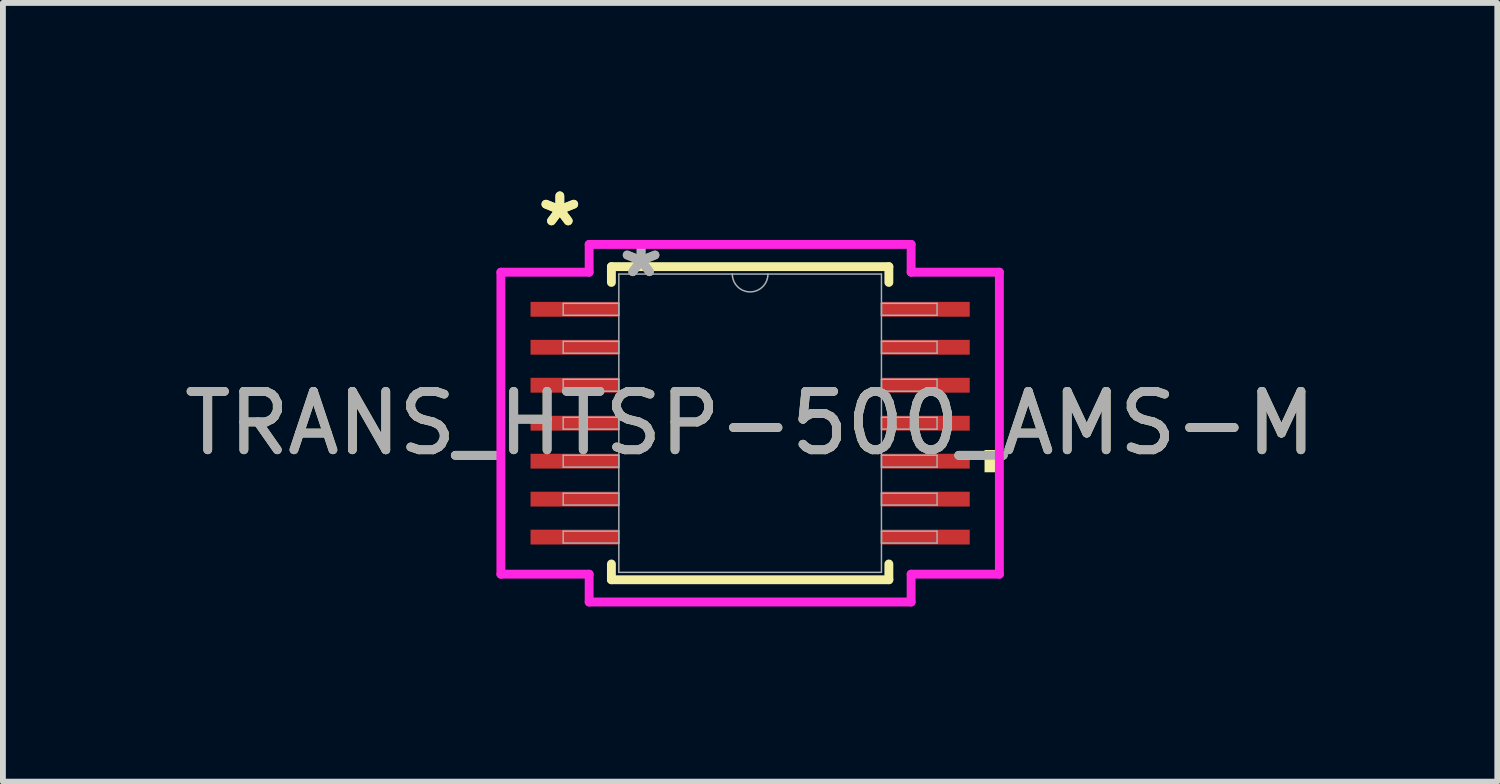
<source format=kicad_pcb>
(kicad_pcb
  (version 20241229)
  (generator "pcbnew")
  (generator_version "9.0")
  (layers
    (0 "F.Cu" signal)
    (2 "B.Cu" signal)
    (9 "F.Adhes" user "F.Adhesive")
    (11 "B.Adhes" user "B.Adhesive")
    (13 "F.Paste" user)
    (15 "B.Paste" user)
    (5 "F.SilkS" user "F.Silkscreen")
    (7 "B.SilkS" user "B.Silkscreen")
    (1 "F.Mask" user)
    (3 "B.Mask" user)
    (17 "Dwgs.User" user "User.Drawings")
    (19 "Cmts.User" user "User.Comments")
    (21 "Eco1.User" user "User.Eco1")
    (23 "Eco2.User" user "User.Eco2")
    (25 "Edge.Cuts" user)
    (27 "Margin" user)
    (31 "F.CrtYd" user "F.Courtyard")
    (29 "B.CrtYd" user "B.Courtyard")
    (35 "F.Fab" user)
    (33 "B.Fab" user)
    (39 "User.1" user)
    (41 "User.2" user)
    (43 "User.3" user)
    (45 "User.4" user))
  (footprint "TRANS_HTSP-500_AMS-M"
    (layer "F.Cu")
    (at 9.792 4.195)
    (property "Reference" "TRANS_HTSP-500_AMS-M" (at 0 0 0) (unlocked yes) (layer "F.SilkS") (effects (font (size 1 1) (thickness 0.15))))
    (attr smd)
    (fp_line (start -2.375 -2.68) (end -2.375 -2.41) (stroke (width 0.152) (type solid)) (layer "F.SilkS"))
    (fp_line (start -2.375 2.41) (end -2.375 2.68) (stroke (width 0.152) (type solid)) (layer "F.SilkS"))
    (fp_line (start -2.375 2.68) (end 2.375 2.68) (stroke (width 0.152) (type solid)) (layer "F.SilkS"))
    (fp_line (start 2.375 -2.68) (end -2.375 -2.68) (stroke (width 0.152) (type solid)) (layer "F.SilkS"))
    (fp_line (start 2.375 -2.41) (end 2.375 -2.68) (stroke (width 0.152) (type solid)) (layer "F.SilkS"))
    (fp_line (start 2.375 2.68) (end 2.375 2.41) (stroke (width 0.152) (type solid)) (layer "F.SilkS"))
    (fp_poly (pts (xy 4.267 0.459) (xy 4.267 0.84) (xy 4.013 0.84) (xy 4.013 0.459)) (stroke (width 0) (type solid)) (fill yes) (layer "F.SilkS"))
    (fp_line (start -4.267 -2.585) (end -2.756 -2.585) (stroke (width 0.152) (type solid)) (layer "F.CrtYd"))
    (fp_line (start -4.267 2.585) (end -4.267 -2.585) (stroke (width 0.152) (type solid)) (layer "F.CrtYd"))
    (fp_line (start -4.267 2.585) (end -2.756 2.585) (stroke (width 0.152) (type solid)) (layer "F.CrtYd"))
    (fp_line (start -2.756 -3.061) (end 2.756 -3.061) (stroke (width 0.152) (type solid)) (layer "F.CrtYd"))
    (fp_line (start -2.756 -2.585) (end -2.756 -3.061) (stroke (width 0.152) (type solid)) (layer "F.CrtYd"))
    (fp_line (start -2.756 3.061) (end -2.756 2.585) (stroke (width 0.152) (type solid)) (layer "F.CrtYd"))
    (fp_line (start 2.756 -3.061) (end 2.756 -2.585) (stroke (width 0.152) (type solid)) (layer "F.CrtYd"))
    (fp_line (start 2.756 2.585) (end 2.756 3.061) (stroke (width 0.152) (type solid)) (layer "F.CrtYd"))
    (fp_line (start 2.756 3.061) (end -2.756 3.061) (stroke (width 0.152) (type solid)) (layer "F.CrtYd"))
    (fp_line (start 4.267 -2.585) (end 2.756 -2.585) (stroke (width 0.152) (type solid)) (layer "F.CrtYd"))
    (fp_line (start 4.267 -2.585) (end 4.267 2.585) (stroke (width 0.152) (type solid)) (layer "F.CrtYd"))
    (fp_line (start 4.267 2.585) (end 2.756 2.585) (stroke (width 0.152) (type solid)) (layer "F.CrtYd"))
    (fp_line (start -3.2 -2.052) (end -3.2 -1.848) (stroke (width 0.025) (type solid)) (layer "F.Fab"))
    (fp_line (start -3.2 -1.848) (end -2.248 -1.848) (stroke (width 0.025) (type solid)) (layer "F.Fab"))
    (fp_line (start -3.2 -1.402) (end -3.2 -1.198) (stroke (width 0.025) (type solid)) (layer "F.Fab"))
    (fp_line (start -3.2 -1.198) (end -2.248 -1.198) (stroke (width 0.025) (type solid)) (layer "F.Fab"))
    (fp_line (start -3.2 -0.752) (end -3.2 -0.548) (stroke (width 0.025) (type solid)) (layer "F.Fab"))
    (fp_line (start -3.2 -0.548) (end -2.248 -0.548) (stroke (width 0.025) (type solid)) (layer "F.Fab"))
    (fp_line (start -3.2 -0.102) (end -3.2 0.102) (stroke (width 0.025) (type solid)) (layer "F.Fab"))
    (fp_line (start -3.2 0.102) (end -2.248 0.102) (stroke (width 0.025) (type solid)) (layer "F.Fab"))
    (fp_line (start -3.2 0.548) (end -3.2 0.752) (stroke (width 0.025) (type solid)) (layer "F.Fab"))
    (fp_line (start -3.2 0.752) (end -2.248 0.752) (stroke (width 0.025) (type solid)) (layer "F.Fab"))
    (fp_line (start -3.2 1.198) (end -3.2 1.402) (stroke (width 0.025) (type solid)) (layer "F.Fab"))
    (fp_line (start -3.2 1.402) (end -2.248 1.402) (stroke (width 0.025) (type solid)) (layer "F.Fab"))
    (fp_line (start -3.2 1.848) (end -3.2 2.052) (stroke (width 0.025) (type solid)) (layer "F.Fab"))
    (fp_line (start -3.2 2.052) (end -2.248 2.052) (stroke (width 0.025) (type solid)) (layer "F.Fab"))
    (fp_line (start -2.248 -2.553) (end -2.248 2.553) (stroke (width 0.025) (type solid)) (layer "F.Fab"))
    (fp_line (start -2.248 -2.052) (end -3.2 -2.052) (stroke (width 0.025) (type solid)) (layer "F.Fab"))
    (fp_line (start -2.248 -1.848) (end -2.248 -2.052) (stroke (width 0.025) (type solid)) (layer "F.Fab"))
    (fp_line (start -2.248 -1.402) (end -3.2 -1.402) (stroke (width 0.025) (type solid)) (layer "F.Fab"))
    (fp_line (start -2.248 -1.198) (end -2.248 -1.402) (stroke (width 0.025) (type solid)) (layer "F.Fab"))
    (fp_line (start -2.248 -0.752) (end -3.2 -0.752) (stroke (width 0.025) (type solid)) (layer "F.Fab"))
    (fp_line (start -2.248 -0.548) (end -2.248 -0.752) (stroke (width 0.025) (type solid)) (layer "F.Fab"))
    (fp_line (start -2.248 -0.102) (end -3.2 -0.102) (stroke (width 0.025) (type solid)) (layer "F.Fab"))
    (fp_line (start -2.248 0.102) (end -2.248 -0.102) (stroke (width 0.025) (type solid)) (layer "F.Fab"))
    (fp_line (start -2.248 0.548) (end -3.2 0.548) (stroke (width 0.025) (type solid)) (layer "F.Fab"))
    (fp_line (start -2.248 0.752) (end -2.248 0.548) (stroke (width 0.025) (type solid)) (layer "F.Fab"))
    (fp_line (start -2.248 1.198) (end -3.2 1.198) (stroke (width 0.025) (type solid)) (layer "F.Fab"))
    (fp_line (start -2.248 1.402) (end -2.248 1.198) (stroke (width 0.025) (type solid)) (layer "F.Fab"))
    (fp_line (start -2.248 1.848) (end -3.2 1.848) (stroke (width 0.025) (type solid)) (layer "F.Fab"))
    (fp_line (start -2.248 2.052) (end -2.248 1.848) (stroke (width 0.025) (type solid)) (layer "F.Fab"))
    (fp_line (start -2.248 2.553) (end 2.248 2.553) (stroke (width 0.025) (type solid)) (layer "F.Fab"))
    (fp_line (start 2.248 -2.553) (end -2.248 -2.553) (stroke (width 0.025) (type solid)) (layer "F.Fab"))
    (fp_line (start 2.248 -2.052) (end 2.248 -1.848) (stroke (width 0.025) (type solid)) (layer "F.Fab"))
    (fp_line (start 2.248 -1.848) (end 3.2 -1.848) (stroke (width 0.025) (type solid)) (layer "F.Fab"))
    (fp_line (start 2.248 -1.402) (end 2.248 -1.198) (stroke (width 0.025) (type solid)) (layer "F.Fab"))
    (fp_line (start 2.248 -1.198) (end 3.2 -1.198) (stroke (width 0.025) (type solid)) (layer "F.Fab"))
    (fp_line (start 2.248 -0.752) (end 2.248 -0.548) (stroke (width 0.025) (type solid)) (layer "F.Fab"))
    (fp_line (start 2.248 -0.548) (end 3.2 -0.548) (stroke (width 0.025) (type solid)) (layer "F.Fab"))
    (fp_line (start 2.248 -0.102) (end 2.248 0.102) (stroke (width 0.025) (type solid)) (layer "F.Fab"))
    (fp_line (start 2.248 0.102) (end 3.2 0.102) (stroke (width 0.025) (type solid)) (layer "F.Fab"))
    (fp_line (start 2.248 0.548) (end 2.248 0.752) (stroke (width 0.025) (type solid)) (layer "F.Fab"))
    (fp_line (start 2.248 0.752) (end 3.2 0.752) (stroke (width 0.025) (type solid)) (layer "F.Fab"))
    (fp_line (start 2.248 1.198) (end 2.248 1.402) (stroke (width 0.025) (type solid)) (layer "F.Fab"))
    (fp_line (start 2.248 1.402) (end 3.2 1.402) (stroke (width 0.025) (type solid)) (layer "F.Fab"))
    (fp_line (start 2.248 1.848) (end 2.248 2.052) (stroke (width 0.025) (type solid)) (layer "F.Fab"))
    (fp_line (start 2.248 2.052) (end 3.2 2.052) (stroke (width 0.025) (type solid)) (layer "F.Fab"))
    (fp_line (start 2.248 2.553) (end 2.248 -2.553) (stroke (width 0.025) (type solid)) (layer "F.Fab"))
    (fp_line (start 3.2 -2.052) (end 2.248 -2.052) (stroke (width 0.025) (type solid)) (layer "F.Fab"))
    (fp_line (start 3.2 -1.848) (end 3.2 -2.052) (stroke (width 0.025) (type solid)) (layer "F.Fab"))
    (fp_line (start 3.2 -1.402) (end 2.248 -1.402) (stroke (width 0.025) (type solid)) (layer "F.Fab"))
    (fp_line (start 3.2 -1.198) (end 3.2 -1.402) (stroke (width 0.025) (type solid)) (layer "F.Fab"))
    (fp_line (start 3.2 -0.752) (end 2.248 -0.752) (stroke (width 0.025) (type solid)) (layer "F.Fab"))
    (fp_line (start 3.2 -0.548) (end 3.2 -0.752) (stroke (width 0.025) (type solid)) (layer "F.Fab"))
    (fp_line (start 3.2 -0.102) (end 2.248 -0.102) (stroke (width 0.025) (type solid)) (layer "F.Fab"))
    (fp_line (start 3.2 0.102) (end 3.2 -0.102) (stroke (width 0.025) (type solid)) (layer "F.Fab"))
    (fp_line (start 3.2 0.548) (end 2.248 0.548) (stroke (width 0.025) (type solid)) (layer "F.Fab"))
    (fp_line (start 3.2 0.752) (end 3.2 0.548) (stroke (width 0.025) (type solid)) (layer "F.Fab"))
    (fp_line (start 3.2 1.198) (end 2.248 1.198) (stroke (width 0.025) (type solid)) (layer "F.Fab"))
    (fp_line (start 3.2 1.402) (end 3.2 1.198) (stroke (width 0.025) (type solid)) (layer "F.Fab"))
    (fp_line (start 3.2 1.848) (end 2.248 1.848) (stroke (width 0.025) (type solid)) (layer "F.Fab"))
    (fp_line (start 3.2 2.052) (end 3.2 1.848) (stroke (width 0.025) (type solid)) (layer "F.Fab"))
    (fp_arc (start 0.3048 -2.5527) (mid 0 -2.2479) (end -0.3048 -2.5527) (stroke (width 0.0254) (type solid)) (layer "F.Fab"))
    (fp_text user "*" (at -3.258 -3.347 0) (unlocked yes) (layer "F.SilkS") (effects (font (size 1 1) (thickness 0.15))))
    (fp_text user "*" (at -3.258 -3.347 0) (layer "F.SilkS") (effects (font (size 1 1) (thickness 0.15))))
    (fp_text user "*" (at -1.867 -2.477 0) (layer "F.Fab") (effects (font (size 1 1) (thickness 0.15))))
    (fp_text user "${REFERENCE}" (at 0 0 0) (unlocked yes) (layer "F.Fab") (effects (font (size 1 1) (thickness 0.15))))
    (fp_text user "*" (at -1.867 -2.477 0) (unlocked yes) (layer "F.Fab") (effects (font (size 1 1) (thickness 0.15))))
    (pad "1" smd rect (at -3.004 -1.95) (size 1.511 0.254) (layers "F.Cu" "F.Mask" "F.Paste"))
    (pad "2" smd rect (at -3.004 -1.3) (size 1.511 0.254) (layers "F.Cu" "F.Mask" "F.Paste"))
    (pad "3" smd rect (at -3.004 -0.65) (size 1.511 0.254) (layers "F.Cu" "F.Mask" "F.Paste"))
    (pad "4" smd rect (at -3.004 0) (size 1.511 0.254) (layers "F.Cu" "F.Mask" "F.Paste"))
    (pad "5" smd rect (at -3.004 0.65) (size 1.511 0.254) (layers "F.Cu" "F.Mask" "F.Paste"))
    (pad "6" smd rect (at -3.004 1.3) (size 1.511 0.254) (layers "F.Cu" "F.Mask" "F.Paste"))
    (pad "7" smd rect (at -3.004 1.95) (size 1.511 0.254) (layers "F.Cu" "F.Mask" "F.Paste"))
    (pad "8" smd rect (at 3.004 1.95) (size 1.511 0.254) (layers "F.Cu" "F.Mask" "F.Paste"))
    (pad "9" smd rect (at 3.004 1.3) (size 1.511 0.254) (layers "F.Cu" "F.Mask" "F.Paste"))
    (pad "10" smd rect (at 3.004 0.65) (size 1.511 0.254) (layers "F.Cu" "F.Mask" "F.Paste"))
    (pad "11" smd rect (at 3.004 0) (size 1.511 0.254) (layers "F.Cu" "F.Mask" "F.Paste"))
    (pad "12" smd rect (at 3.004 -0.65) (size 1.511 0.254) (layers "F.Cu" "F.Mask" "F.Paste"))
    (pad "13" smd rect (at 3.004 -1.3) (size 1.511 0.254) (layers "F.Cu" "F.Mask" "F.Paste"))
    (pad "14" smd rect (at 3.004 -1.95) (size 1.511 0.254) (layers "F.Cu" "F.Mask" "F.Paste")))
  (gr_rect
    (start -3 -3)
    (end 22.583 10.332)
    (stroke (width 0.1) (type default))
    (fill no)
    (layer "Edge.Cuts")))
</source>
